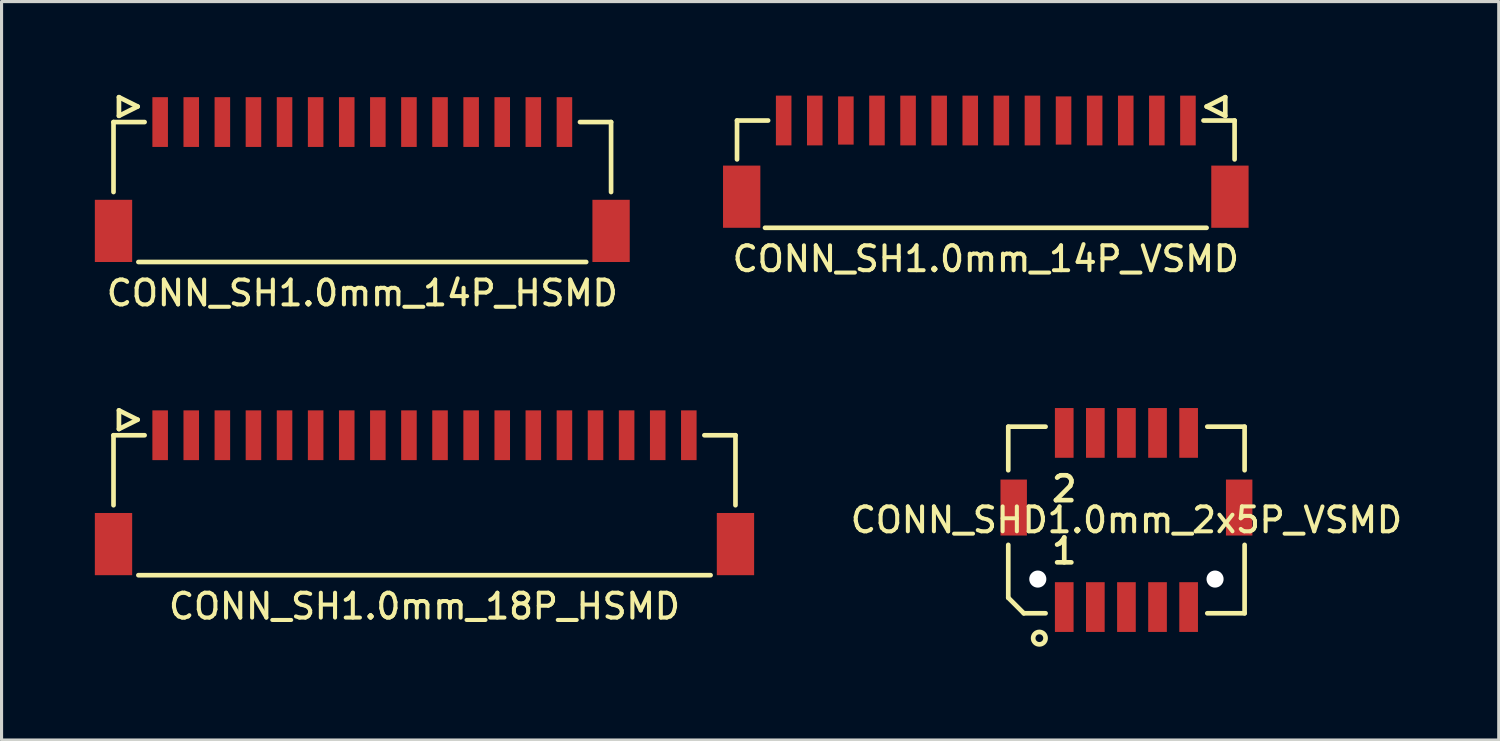
<source format=kicad_pcb>
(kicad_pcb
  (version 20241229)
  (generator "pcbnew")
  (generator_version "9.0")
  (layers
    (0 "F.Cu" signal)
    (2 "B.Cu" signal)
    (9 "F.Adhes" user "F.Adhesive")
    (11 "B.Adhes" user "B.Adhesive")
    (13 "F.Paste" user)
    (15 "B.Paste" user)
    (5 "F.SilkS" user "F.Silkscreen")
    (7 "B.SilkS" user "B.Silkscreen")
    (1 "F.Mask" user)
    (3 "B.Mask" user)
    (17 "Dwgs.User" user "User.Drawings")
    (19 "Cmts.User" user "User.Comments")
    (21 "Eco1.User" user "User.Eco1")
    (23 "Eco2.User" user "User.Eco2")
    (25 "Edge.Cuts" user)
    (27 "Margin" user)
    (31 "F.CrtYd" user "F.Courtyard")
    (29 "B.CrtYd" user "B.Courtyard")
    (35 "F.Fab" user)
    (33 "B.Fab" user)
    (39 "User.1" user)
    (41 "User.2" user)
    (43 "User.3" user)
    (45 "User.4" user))
  (footprint "CONN_SH1.0mm_14P_HSMD"
    (layer "F.Cu")
    (at 8.6 5.375)
    (property "Reference" "CONN_SH1.0mm_14P_HSMD" (at 0 1 0) (layer "F.SilkS") (effects (font (size 0.8 0.8) (thickness 0.13))))
    (attr through_hole)
    (fp_line (start -8 -4.5) (end -8 -2.25) (stroke (width 0.15) (type solid)) (layer "F.SilkS"))
    (fp_line (start -7.825 -5.3) (end -7.825 -4.7) (stroke (width 0.15) (type solid)) (layer "F.SilkS"))
    (fp_line (start -7.825 -4.7) (end -7.225 -5) (stroke (width 0.15) (type solid)) (layer "F.SilkS"))
    (fp_line (start -7.225 -5) (end -7.825 -5.3) (stroke (width 0.15) (type solid)) (layer "F.SilkS"))
    (fp_line (start -7.2 0) (end 7.2 0) (stroke (width 0.15) (type solid)) (layer "F.SilkS"))
    (fp_line (start -7 -4.5) (end -8 -4.5) (stroke (width 0.15) (type solid)) (layer "F.SilkS"))
    (fp_line (start 7 -4.5) (end 8 -4.5) (stroke (width 0.15) (type solid)) (layer "F.SilkS"))
    (fp_line (start 8 -4.5) (end 8 -2.25) (stroke (width 0.15) (type solid)) (layer "F.SilkS"))
    (pad "1" smd rect (at -6.5 -4.5 180) (size 0.5 1.6) (layers "F.Cu" "F.Mask" "F.Paste"))
    (pad "2" smd rect (at -5.5 -4.5 180) (size 0.5 1.6) (layers "F.Cu" "F.Mask" "F.Paste"))
    (pad "3" smd rect (at -4.5 -4.5 180) (size 0.5 1.6) (layers "F.Cu" "F.Mask" "F.Paste"))
    (pad "4" smd rect (at -3.5 -4.5 180) (size 0.5 1.6) (layers "F.Cu" "F.Mask" "F.Paste"))
    (pad "5" smd rect (at -2.5 -4.5 180) (size 0.5 1.6) (layers "F.Cu" "F.Mask" "F.Paste"))
    (pad "6" smd rect (at -1.5 -4.5 180) (size 0.5 1.6) (layers "F.Cu" "F.Mask" "F.Paste"))
    (pad "7" smd rect (at -0.5 -4.5 180) (size 0.5 1.6) (layers "F.Cu" "F.Mask" "F.Paste"))
    (pad "8" smd rect (at 0.5 -4.5 180) (size 0.5 1.6) (layers "F.Cu" "F.Mask" "F.Paste"))
    (pad "9" smd rect (at 1.5 -4.5 180) (size 0.5 1.6) (layers "F.Cu" "F.Mask" "F.Paste"))
    (pad "10" smd rect (at 2.5 -4.5 180) (size 0.5 1.6) (layers "F.Cu" "F.Mask" "F.Paste"))
    (pad "11" smd rect (at 3.5 -4.5 180) (size 0.5 1.6) (layers "F.Cu" "F.Mask" "F.Paste"))
    (pad "12" smd rect (at 4.5 -4.5 180) (size 0.5 1.6) (layers "F.Cu" "F.Mask" "F.Paste"))
    (pad "13" smd rect (at 5.5 -4.5 180) (size 0.5 1.6) (layers "F.Cu" "F.Mask" "F.Paste"))
    (pad "14" smd rect (at 6.5 -4.5 180) (size 0.5 1.6) (layers "F.Cu" "F.Mask" "F.Paste"))
    (pad "SH" smd rect (at -8 -1) (size 1.2 2) (layers "F.Cu" "F.Mask" "F.Paste"))
    (pad "SH" smd rect (at 8 -1) (size 1.2 2) (layers "F.Cu" "F.Mask" "F.Paste")))
  (footprint "CONN_SH1.0mm_18P_HSMD"
    (layer "F.Cu")
    (at 10.6 15.446)
    (property "Reference" "CONN_SH1.0mm_18P_HSMD" (at 0 1 0) (layer "F.SilkS") (effects (font (size 0.8 0.8) (thickness 0.13))))
    (attr through_hole)
    (fp_line (start -10 -4.5) (end -10 -2.25) (stroke (width 0.15) (type solid)) (layer "F.SilkS"))
    (fp_line (start -9.825 -5.3) (end -9.225 -5) (stroke (width 0.15) (type solid)) (layer "F.SilkS"))
    (fp_line (start -9.825 -4.7) (end -9.825 -5.3) (stroke (width 0.15) (type solid)) (layer "F.SilkS"))
    (fp_line (start -9.225 -5) (end -9.825 -4.7) (stroke (width 0.15) (type solid)) (layer "F.SilkS"))
    (fp_line (start -9.2 0) (end 9.2 0) (stroke (width 0.15) (type solid)) (layer "F.SilkS"))
    (fp_line (start -9 -4.5) (end -10 -4.5) (stroke (width 0.15) (type solid)) (layer "F.SilkS"))
    (fp_line (start 9 -4.5) (end 10 -4.5) (stroke (width 0.15) (type solid)) (layer "F.SilkS"))
    (fp_line (start 10 -4.5) (end 10 -2.25) (stroke (width 0.15) (type solid)) (layer "F.SilkS"))
    (pad "1" smd rect (at -8.5 -4.5 180) (size 0.5 1.6) (layers "F.Cu" "F.Mask" "F.Paste"))
    (pad "2" smd rect (at -7.5 -4.5 180) (size 0.5 1.6) (layers "F.Cu" "F.Mask" "F.Paste"))
    (pad "3" smd rect (at -6.5 -4.5 180) (size 0.5 1.6) (layers "F.Cu" "F.Mask" "F.Paste"))
    (pad "4" smd rect (at -5.5 -4.5 180) (size 0.5 1.6) (layers "F.Cu" "F.Mask" "F.Paste"))
    (pad "5" smd rect (at -4.5 -4.5 180) (size 0.5 1.6) (layers "F.Cu" "F.Mask" "F.Paste"))
    (pad "6" smd rect (at -3.5 -4.5 180) (size 0.5 1.6) (layers "F.Cu" "F.Mask" "F.Paste"))
    (pad "7" smd rect (at -2.5 -4.5 180) (size 0.5 1.6) (layers "F.Cu" "F.Mask" "F.Paste"))
    (pad "8" smd rect (at -1.5 -4.5 180) (size 0.5 1.6) (layers "F.Cu" "F.Mask" "F.Paste"))
    (pad "9" smd rect (at -0.5 -4.5 180) (size 0.5 1.6) (layers "F.Cu" "F.Mask" "F.Paste"))
    (pad "10" smd rect (at 0.5 -4.5 180) (size 0.5 1.6) (layers "F.Cu" "F.Mask" "F.Paste"))
    (pad "11" smd rect (at 1.5 -4.5 180) (size 0.5 1.6) (layers "F.Cu" "F.Mask" "F.Paste"))
    (pad "12" smd rect (at 2.5 -4.5 180) (size 0.5 1.6) (layers "F.Cu" "F.Mask" "F.Paste"))
    (pad "13" smd rect (at 3.5 -4.5 180) (size 0.5 1.6) (layers "F.Cu" "F.Mask" "F.Paste"))
    (pad "14" smd rect (at 4.5 -4.5 180) (size 0.5 1.6) (layers "F.Cu" "F.Mask" "F.Paste"))
    (pad "15" smd rect (at 5.5 -4.5 180) (size 0.5 1.6) (layers "F.Cu" "F.Mask" "F.Paste"))
    (pad "16" smd rect (at 6.5 -4.5 180) (size 0.5 1.6) (layers "F.Cu" "F.Mask" "F.Paste"))
    (pad "17" smd rect (at 7.5 -4.5 180) (size 0.5 1.6) (layers "F.Cu" "F.Mask" "F.Paste"))
    (pad "18" smd rect (at 8.5 -4.5 180) (size 0.5 1.6) (layers "F.Cu" "F.Mask" "F.Paste"))
    (pad "SH" smd rect (at -10 -1) (size 1.2 2) (layers "F.Cu" "F.Mask" "F.Paste"))
    (pad "SH" smd rect (at 10 -1) (size 1.2 2) (layers "F.Cu" "F.Mask" "F.Paste")))
  (footprint "CONN_SH1.0mm_14P_VSMD"
    (layer "F.Cu")
    (at 28.65 4.275)
    (property "Reference" "CONN_SH1.0mm_14P_VSMD" (at 0 1 0) (layer "F.SilkS") (effects (font (size 0.8 0.8) (thickness 0.13))))
    (attr through_hole)
    (fp_line (start -8 -3.45) (end -7 -3.45) (stroke (width 0.15) (type solid)) (layer "F.SilkS"))
    (fp_line (start -8 -2.2) (end -8 -3.45) (stroke (width 0.15) (type solid)) (layer "F.SilkS"))
    (fp_line (start -7.1 0) (end 7.1 0) (stroke (width 0.15) (type solid)) (layer "F.SilkS"))
    (fp_line (start 7.1 -3.9) (end 7.7 -4.2) (stroke (width 0.15) (type solid)) (layer "F.SilkS"))
    (fp_line (start 7.7 -4.2) (end 7.7 -3.6) (stroke (width 0.15) (type solid)) (layer "F.SilkS"))
    (fp_line (start 7.7 -3.6) (end 7.1 -3.9) (stroke (width 0.15) (type solid)) (layer "F.SilkS"))
    (fp_line (start 8 -3.45) (end 7 -3.45) (stroke (width 0.15) (type solid)) (layer "F.SilkS"))
    (fp_line (start 8 -2.2) (end 8 -3.45) (stroke (width 0.15) (type solid)) (layer "F.SilkS"))
    (pad "1" smd rect (at 6.5 -3.45) (size 0.5 1.6) (layers "F.Cu" "F.Mask" "F.Paste"))
    (pad "2" smd rect (at 5.5 -3.45) (size 0.5 1.6) (layers "F.Cu" "F.Mask" "F.Paste"))
    (pad "3" smd rect (at 4.5 -3.45) (size 0.5 1.6) (layers "F.Cu" "F.Mask" "F.Paste"))
    (pad "4" smd rect (at 3.5 -3.45) (size 0.5 1.6) (layers "F.Cu" "F.Mask" "F.Paste"))
    (pad "5" smd rect (at 2.5 -3.45) (size 0.5 1.55) (layers "F.Cu" "F.Mask" "F.Paste"))
    (pad "6" smd rect (at 1.5 -3.45) (size 0.5 1.6) (layers "F.Cu" "F.Mask" "F.Paste"))
    (pad "7" smd rect (at 0.5 -3.45) (size 0.5 1.6) (layers "F.Cu" "F.Mask" "F.Paste"))
    (pad "8" smd rect (at -0.5 -3.45) (size 0.5 1.6) (layers "F.Cu" "F.Mask" "F.Paste"))
    (pad "9" smd rect (at -1.5 -3.45) (size 0.5 1.6) (layers "F.Cu" "F.Mask" "F.Paste"))
    (pad "10" smd rect (at -2.5 -3.45) (size 0.5 1.6) (layers "F.Cu" "F.Mask" "F.Paste"))
    (pad "11" smd rect (at -3.5 -3.45) (size 0.5 1.6) (layers "F.Cu" "F.Mask" "F.Paste"))
    (pad "12" smd rect (at -4.5 -3.45) (size 0.5 1.55) (layers "F.Cu" "F.Mask" "F.Paste"))
    (pad "13" smd rect (at -5.5 -3.45) (size 0.5 1.6) (layers "F.Cu" "F.Mask" "F.Paste"))
    (pad "14" smd rect (at -6.5 -3.45) (size 0.5 1.6) (layers "F.Cu" "F.Mask" "F.Paste"))
    (pad "SH" smd rect (at -7.85 -1) (size 1.2 2) (layers "F.Cu" "F.Mask" "F.Paste"))
    (pad "SH" smd rect (at 7.85 -1) (size 1.2 2) (layers "F.Cu" "F.Mask" "F.Paste")))
  (footprint "CONN_SHD1.0mm_2x5P_VSMD"
    (layer "F.Cu")
    (at 33.172 13.671)
    (property "Reference" "CONN_SHD1.0mm_2x5P_VSMD" (at 0 0 0) (layer "F.SilkS") (effects (font (size 0.8 0.8) (thickness 0.13))))
    (attr through_hole)
    (fp_line (start -3.8 -3) (end -2.6 -3) (stroke (width 0.15) (type solid)) (layer "F.SilkS"))
    (fp_line (start -3.8 -1.6) (end -3.8 -3) (stroke (width 0.15) (type solid)) (layer "F.SilkS"))
    (fp_line (start -3.8 2.5) (end -3.8 0.8) (stroke (width 0.15) (type solid)) (layer "F.SilkS"))
    (fp_line (start -3.8 2.5) (end -3.3 3) (stroke (width 0.15) (type solid)) (layer "F.SilkS"))
    (fp_line (start -2.6 3) (end -3.3 3) (stroke (width 0.15) (type solid)) (layer "F.SilkS"))
    (fp_line (start 2.6 -3) (end 3.8 -3) (stroke (width 0.15) (type solid)) (layer "F.SilkS"))
    (fp_line (start 3.8 -3) (end 3.8 -1.6) (stroke (width 0.15) (type solid)) (layer "F.SilkS"))
    (fp_line (start 3.8 0.8) (end 3.8 3) (stroke (width 0.15) (type solid)) (layer "F.SilkS"))
    (fp_line (start 3.8 3) (end 2.6 3) (stroke (width 0.15) (type solid)) (layer "F.SilkS"))
    (fp_circle (center -2.8 3.8) (end -2.8 4) (stroke (width 0.15) (type solid)) (fill no) (layer "F.SilkS"))
    (fp_text user "2" (at -2 -1 0) (layer "F.SilkS") (effects (font (size 0.8 0.8) (thickness 0.15))))
    (fp_text user "1" (at -2 1 0) (layer "F.SilkS") (effects (font (size 0.8 0.8) (thickness 0.15))))
    (pad "" np_thru_hole circle (at -2.85 1.9) (size 0.55 0.55) (drill 0.55) (layers "*.Cu" "*.Mask"))
    (pad "" np_thru_hole circle (at 2.85 1.9) (size 0.55 0.55) (drill 0.55) (layers "*.Cu" "*.Mask"))
    (pad "1" smd rect (at -2 2.8) (size 0.6 1.6) (layers "F.Cu" "F.Mask" "F.Paste"))
    (pad "2" smd rect (at -2 -2.8) (size 0.6 1.6) (layers "F.Cu" "F.Mask" "F.Paste"))
    (pad "3" smd rect (at -1 2.8) (size 0.6 1.6) (layers "F.Cu" "F.Mask" "F.Paste"))
    (pad "4" smd rect (at -1 -2.8) (size 0.6 1.6) (layers "F.Cu" "F.Mask" "F.Paste"))
    (pad "5" smd rect (at 0 2.8) (size 0.6 1.6) (layers "F.Cu" "F.Mask" "F.Paste"))
    (pad "6" smd rect (at 0 -2.8) (size 0.6 1.6) (layers "F.Cu" "F.Mask" "F.Paste"))
    (pad "7" smd rect (at 1 2.8) (size 0.6 1.6) (layers "F.Cu" "F.Mask" "F.Paste"))
    (pad "8" smd rect (at 1 -2.8) (size 0.6 1.6) (layers "F.Cu" "F.Mask" "F.Paste"))
    (pad "9" smd rect (at 2 2.8) (size 0.6 1.6) (layers "F.Cu" "F.Mask" "F.Paste"))
    (pad "10" smd rect (at 2 -2.8) (size 0.6 1.6) (layers "F.Cu" "F.Mask" "F.Paste"))
    (pad "11" smd rect (at 3.625 -0.4) (size 0.85 1.8) (layers "F.Cu" "F.Mask" "F.Paste"))
    (pad "12" smd rect (at -3.625 -0.4) (size 0.85 1.8) (layers "F.Cu" "F.Mask" "F.Paste")))
  (gr_rect
    (start -3 -3)
    (end 45.144 20.746)
    (stroke (width 0.1) (type default))
    (fill no)
    (layer "Edge.Cuts")))
</source>
